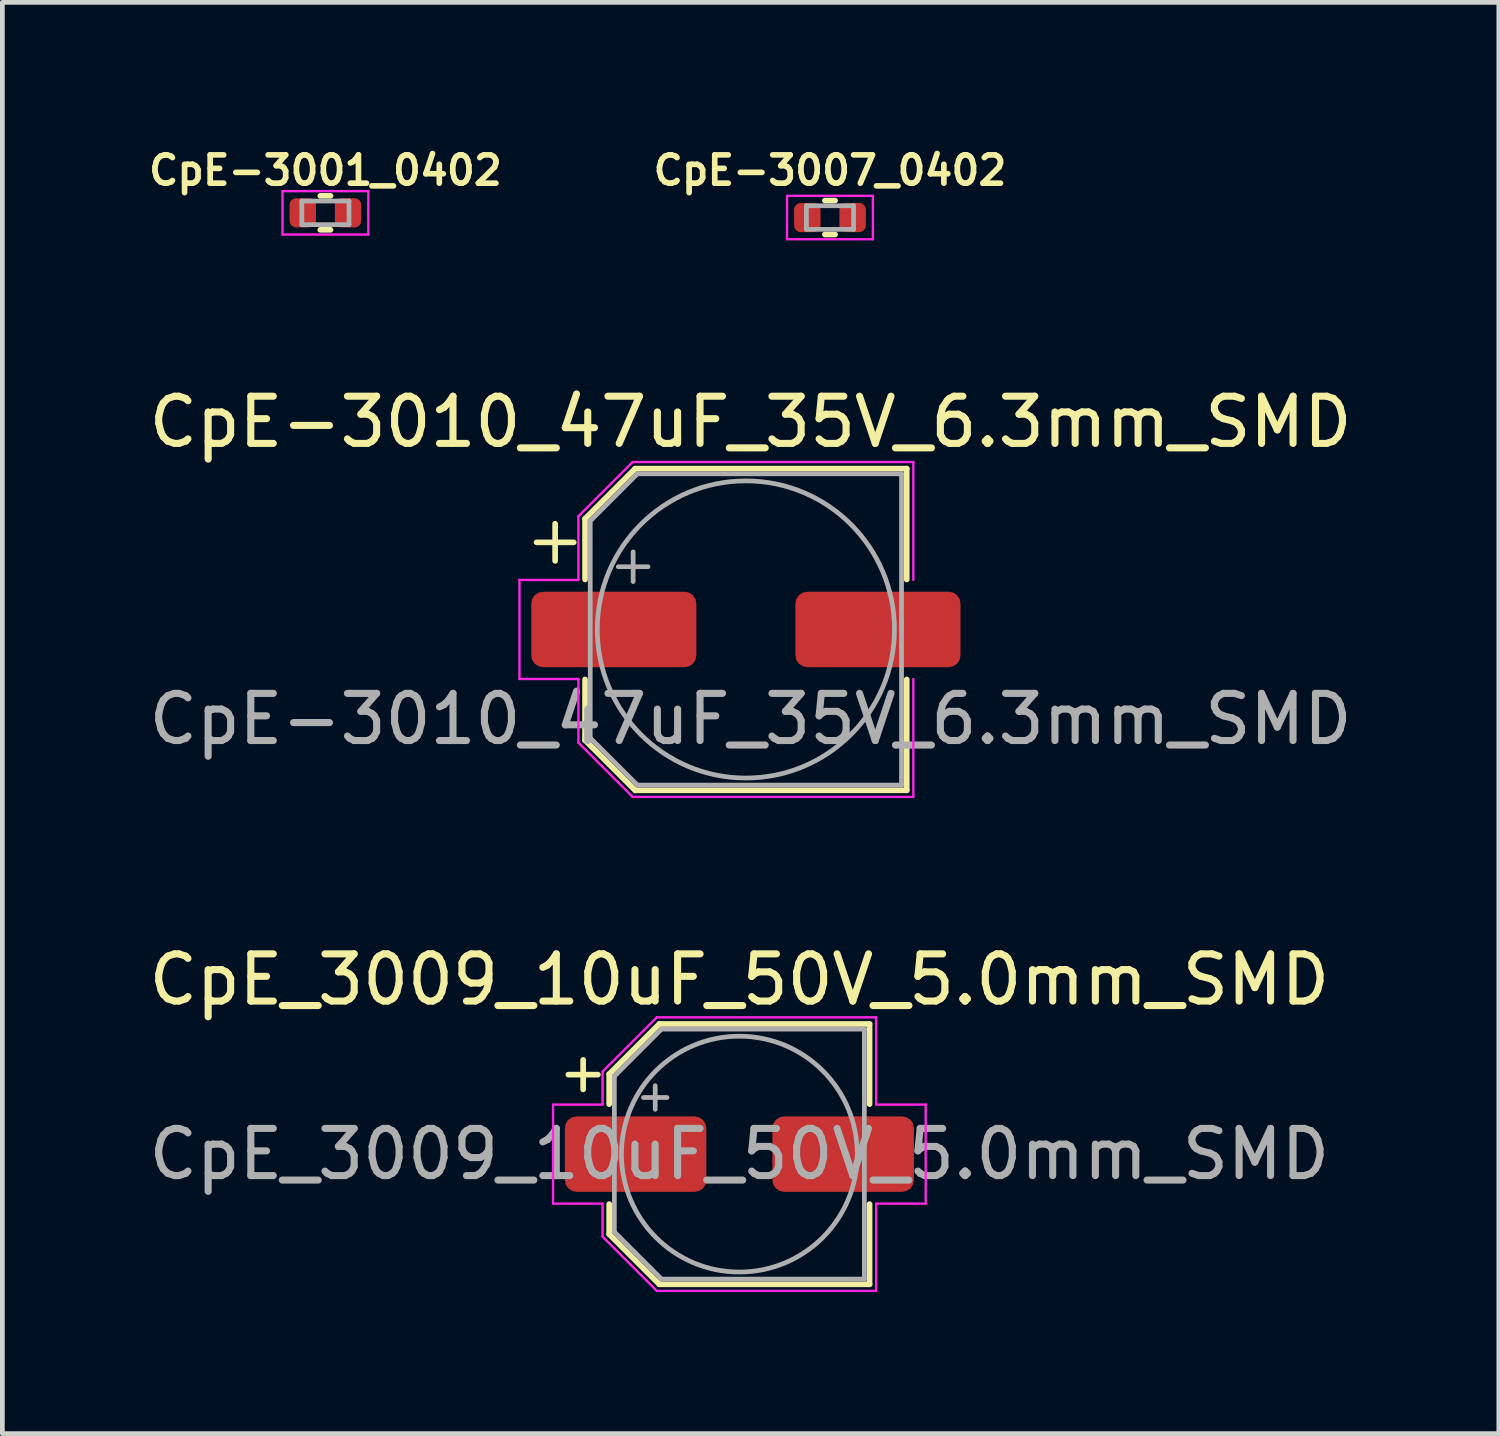
<source format=kicad_pcb>
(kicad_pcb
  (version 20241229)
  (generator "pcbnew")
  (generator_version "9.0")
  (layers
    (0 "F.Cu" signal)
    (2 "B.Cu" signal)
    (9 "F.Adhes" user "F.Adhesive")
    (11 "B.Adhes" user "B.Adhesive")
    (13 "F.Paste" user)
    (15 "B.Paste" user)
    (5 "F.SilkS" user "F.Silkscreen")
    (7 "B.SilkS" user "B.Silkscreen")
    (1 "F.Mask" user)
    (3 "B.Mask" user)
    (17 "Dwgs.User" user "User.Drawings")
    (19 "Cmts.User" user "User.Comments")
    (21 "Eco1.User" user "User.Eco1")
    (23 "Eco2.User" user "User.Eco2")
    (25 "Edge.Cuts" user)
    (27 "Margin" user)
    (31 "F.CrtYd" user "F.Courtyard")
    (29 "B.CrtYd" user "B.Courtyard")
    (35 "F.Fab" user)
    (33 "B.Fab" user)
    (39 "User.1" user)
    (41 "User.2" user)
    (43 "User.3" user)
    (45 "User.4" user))
  (footprint "CpE-3007_0402"
    (layer "F.Cu")
    (at 14.546 1.562)
    (property "Reference" "CpE-3007_0402" (at 0 -1 0) (layer "F.SilkS") (effects (font (size 0.6 0.6) (thickness 0.12))))
    (attr through_hole)
    (fp_line (start -0.108 -0.36) (end 0.108 -0.36) (stroke (width 0.12) (type solid)) (layer "F.SilkS"))
    (fp_line (start -0.108 0.36) (end 0.108 0.36) (stroke (width 0.12) (type solid)) (layer "F.SilkS"))
    (fp_line (start -0.91 -0.46) (end 0.91 -0.46) (stroke (width 0.05) (type solid)) (layer "F.CrtYd"))
    (fp_line (start -0.91 0.46) (end -0.91 -0.46) (stroke (width 0.05) (type solid)) (layer "F.CrtYd"))
    (fp_line (start 0.91 -0.46) (end 0.91 0.46) (stroke (width 0.05) (type solid)) (layer "F.CrtYd"))
    (fp_line (start 0.91 0.46) (end -0.91 0.46) (stroke (width 0.05) (type solid)) (layer "F.CrtYd"))
    (fp_line (start -0.5 -0.25) (end 0.5 -0.25) (stroke (width 0.1) (type solid)) (layer "F.Fab"))
    (fp_line (start -0.5 0.25) (end -0.5 -0.25) (stroke (width 0.1) (type solid)) (layer "F.Fab"))
    (fp_line (start 0.5 -0.25) (end 0.5 0.25) (stroke (width 0.1) (type solid)) (layer "F.Fab"))
    (fp_line (start 0.5 0.25) (end -0.5 0.25) (stroke (width 0.1) (type solid)) (layer "F.Fab"))
    (pad "1" smd roundrect (at -0.48 0) (size 0.56 0.62) (layers "F.Cu" "F.Mask" "F.Paste") (roundrect_rratio 0.25))
    (pad "2" smd roundrect (at 0.48 0) (size 0.56 0.62) (layers "F.Cu" "F.Mask" "F.Paste") (roundrect_rratio 0.25)))
  (footprint "CpE-3001_0402"
    (layer "F.Cu")
    (at 3.849 1.462)
    (property "Reference" "CpE-3001_0402" (at 0 -0.9 0) (layer "F.SilkS") (effects (font (size 0.6 0.6) (thickness 0.12))))
    (attr smd)
    (fp_line (start -0.108 -0.36) (end 0.108 -0.36) (stroke (width 0.12) (type solid)) (layer "F.SilkS"))
    (fp_line (start -0.108 0.36) (end 0.108 0.36) (stroke (width 0.12) (type solid)) (layer "F.SilkS"))
    (fp_line (start -0.91 -0.46) (end 0.91 -0.46) (stroke (width 0.05) (type solid)) (layer "F.CrtYd"))
    (fp_line (start -0.91 0.46) (end -0.91 -0.46) (stroke (width 0.05) (type solid)) (layer "F.CrtYd"))
    (fp_line (start 0.91 -0.46) (end 0.91 0.46) (stroke (width 0.05) (type solid)) (layer "F.CrtYd"))
    (fp_line (start 0.91 0.46) (end -0.91 0.46) (stroke (width 0.05) (type solid)) (layer "F.CrtYd"))
    (fp_line (start -0.5 -0.25) (end 0.5 -0.25) (stroke (width 0.1) (type solid)) (layer "F.Fab"))
    (fp_line (start -0.5 0.25) (end -0.5 -0.25) (stroke (width 0.1) (type solid)) (layer "F.Fab"))
    (fp_line (start 0.5 -0.25) (end 0.5 0.25) (stroke (width 0.1) (type solid)) (layer "F.Fab"))
    (fp_line (start 0.5 0.25) (end -0.5 0.25) (stroke (width 0.1) (type solid)) (layer "F.Fab"))
    (pad "1" smd roundrect (at -0.48 0) (size 0.56 0.62) (layers "F.Cu" "F.Mask" "F.Paste") (roundrect_rratio 0.25))
    (pad "2" smd roundrect (at 0.48 0) (size 0.56 0.62) (layers "F.Cu" "F.Mask" "F.Paste") (roundrect_rratio 0.25)))
  (footprint "CpE_3009_10uF_50V_5.0mm_SMD"
    (layer "F.Cu")
    (at 12.625 21.318)
    (property "Reference" "CpE_3009_10uF_50V_5.0mm_SMD" (at 0 -3.6 0) (layer "F.SilkS") (effects (font (size 1 1) (thickness 0.15))))
    (attr smd)
    (fp_line (start -3.625 -1.585) (end -3 -1.585) (stroke (width 0.12) (type solid)) (layer "F.SilkS"))
    (fp_line (start -3.312 -1.897) (end -3.312 -1.272) (stroke (width 0.12) (type solid)) (layer "F.SilkS"))
    (fp_line (start -2.76 -1.596) (end -2.76 -0.96) (stroke (width 0.12) (type solid)) (layer "F.SilkS"))
    (fp_line (start -2.76 -1.596) (end -1.696 -2.66) (stroke (width 0.12) (type solid)) (layer "F.SilkS"))
    (fp_line (start -2.76 1.796) (end -2.76 1.16) (stroke (width 0.12) (type solid)) (layer "F.SilkS"))
    (fp_line (start -2.76 1.796) (end -1.696 2.86) (stroke (width 0.12) (type solid)) (layer "F.SilkS"))
    (fp_line (start -1.696 -2.66) (end 2.76 -2.66) (stroke (width 0.12) (type solid)) (layer "F.SilkS"))
    (fp_line (start -1.696 2.86) (end 2.76 2.86) (stroke (width 0.12) (type solid)) (layer "F.SilkS"))
    (fp_line (start 2.76 -2.66) (end 2.76 -0.96) (stroke (width 0.12) (type solid)) (layer "F.SilkS"))
    (fp_line (start 2.76 2.86) (end 2.76 1.16) (stroke (width 0.12) (type solid)) (layer "F.SilkS"))
    (fp_line (start -3.95 -0.95) (end -3.95 1.15) (stroke (width 0.05) (type solid)) (layer "F.CrtYd"))
    (fp_line (start -3.95 1.15) (end -2.9 1.15) (stroke (width 0.05) (type solid)) (layer "F.CrtYd"))
    (fp_line (start -2.9 -1.65) (end -2.9 -0.95) (stroke (width 0.05) (type solid)) (layer "F.CrtYd"))
    (fp_line (start -2.9 -1.65) (end -1.75 -2.8) (stroke (width 0.05) (type solid)) (layer "F.CrtYd"))
    (fp_line (start -2.9 -0.95) (end -3.95 -0.95) (stroke (width 0.05) (type solid)) (layer "F.CrtYd"))
    (fp_line (start -2.9 1.15) (end -2.9 1.85) (stroke (width 0.05) (type solid)) (layer "F.CrtYd"))
    (fp_line (start -2.9 1.85) (end -1.75 3) (stroke (width 0.05) (type solid)) (layer "F.CrtYd"))
    (fp_line (start -1.75 -2.8) (end 2.9 -2.8) (stroke (width 0.05) (type solid)) (layer "F.CrtYd"))
    (fp_line (start -1.75 3) (end 2.9 3) (stroke (width 0.05) (type solid)) (layer "F.CrtYd"))
    (fp_line (start 2.9 -2.8) (end 2.9 -0.95) (stroke (width 0.05) (type solid)) (layer "F.CrtYd"))
    (fp_line (start 2.9 -0.95) (end 3.95 -0.95) (stroke (width 0.05) (type solid)) (layer "F.CrtYd"))
    (fp_line (start 2.9 1.15) (end 2.9 3) (stroke (width 0.05) (type solid)) (layer "F.CrtYd"))
    (fp_line (start 3.95 -0.95) (end 3.95 1.15) (stroke (width 0.05) (type solid)) (layer "F.CrtYd"))
    (fp_line (start 3.95 1.15) (end 2.9 1.15) (stroke (width 0.05) (type solid)) (layer "F.CrtYd"))
    (fp_line (start -2.65 -1.55) (end -2.65 1.75) (stroke (width 0.1) (type solid)) (layer "F.Fab"))
    (fp_line (start -2.65 -1.55) (end -1.65 -2.55) (stroke (width 0.1) (type solid)) (layer "F.Fab"))
    (fp_line (start -2.65 1.75) (end -1.65 2.75) (stroke (width 0.1) (type solid)) (layer "F.Fab"))
    (fp_line (start -2.034 -1.1) (end -1.534 -1.1) (stroke (width 0.1) (type solid)) (layer "F.Fab"))
    (fp_line (start -1.784 -1.35) (end -1.784 -0.85) (stroke (width 0.1) (type solid)) (layer "F.Fab"))
    (fp_line (start -1.65 -2.55) (end 2.65 -2.55) (stroke (width 0.1) (type solid)) (layer "F.Fab"))
    (fp_line (start -1.65 2.75) (end 2.65 2.75) (stroke (width 0.1) (type solid)) (layer "F.Fab"))
    (fp_line (start 2.65 -2.55) (end 2.65 2.75) (stroke (width 0.1) (type solid)) (layer "F.Fab"))
    (fp_circle (center 0 0.1) (end 2.5 0.1) (stroke (width 0.1) (type solid)) (fill no) (layer "F.Fab"))
    (fp_text user "${REFERENCE}" (at 0 0.1 0) (layer "F.Fab") (effects (font (size 1 1) (thickness 0.15))))
    (pad "1" smd roundrect (at -2.2 0.1) (size 3 1.6) (layers "F.Cu" "F.Mask" "F.Paste") (roundrect_rratio 0.156))
    (pad "2" smd roundrect (at 2.2 0.1) (size 3 1.6) (layers "F.Cu" "F.Mask" "F.Paste") (roundrect_rratio 0.156)))
  (footprint "CpE-3010_47uF_35V_6.3mm_SMD"
    (layer "F.Cu")
    (at 12.863 10.295)
    (property "Reference" "CpE-3010_47uF_35V_6.3mm_SMD" (at 0 -4.4 0) (layer "F.SilkS") (effects (font (size 1 1) (thickness 0.15))))
    (attr smd)
    (fp_line (start -4.537 -1.847) (end -3.75 -1.847) (stroke (width 0.12) (type solid)) (layer "F.SilkS"))
    (fp_line (start -4.144 -2.241) (end -4.144 -1.454) (stroke (width 0.12) (type solid)) (layer "F.SilkS"))
    (fp_line (start -3.51 -2.346) (end -3.51 -1.06) (stroke (width 0.12) (type solid)) (layer "F.SilkS"))
    (fp_line (start -3.51 -2.346) (end -2.446 -3.41) (stroke (width 0.12) (type solid)) (layer "F.SilkS"))
    (fp_line (start -3.51 2.346) (end -3.51 1.06) (stroke (width 0.12) (type solid)) (layer "F.SilkS"))
    (fp_line (start -3.51 2.346) (end -2.446 3.41) (stroke (width 0.12) (type solid)) (layer "F.SilkS"))
    (fp_line (start -2.446 -3.41) (end 3.31 -3.41) (stroke (width 0.12) (type solid)) (layer "F.SilkS"))
    (fp_line (start -2.446 3.41) (end 3.31 3.41) (stroke (width 0.12) (type solid)) (layer "F.SilkS"))
    (fp_line (start 3.31 -3.41) (end 3.31 -1.06) (stroke (width 0.12) (type solid)) (layer "F.SilkS"))
    (fp_line (start 3.31 3.41) (end 3.31 1.06) (stroke (width 0.12) (type solid)) (layer "F.SilkS"))
    (fp_line (start -4.9 -1.05) (end -4.9 1.05) (stroke (width 0.05) (type solid)) (layer "F.CrtYd"))
    (fp_line (start -4.9 1.05) (end -3.65 1.05) (stroke (width 0.05) (type solid)) (layer "F.CrtYd"))
    (fp_line (start -3.65 -2.4) (end -3.65 -1.05) (stroke (width 0.05) (type solid)) (layer "F.CrtYd"))
    (fp_line (start -3.65 -2.4) (end -2.5 -3.55) (stroke (width 0.05) (type solid)) (layer "F.CrtYd"))
    (fp_line (start -3.65 -1.05) (end -4.9 -1.05) (stroke (width 0.05) (type solid)) (layer "F.CrtYd"))
    (fp_line (start -3.65 1.05) (end -3.65 2.4) (stroke (width 0.05) (type solid)) (layer "F.CrtYd"))
    (fp_line (start -3.65 2.4) (end -2.5 3.55) (stroke (width 0.05) (type solid)) (layer "F.CrtYd"))
    (fp_line (start -2.5 -3.55) (end 3.45 -3.55) (stroke (width 0.05) (type solid)) (layer "F.CrtYd"))
    (fp_line (start -2.5 3.55) (end 3.45 3.55) (stroke (width 0.05) (type solid)) (layer "F.CrtYd"))
    (fp_line (start 3.45 -3.55) (end 3.45 -1.05) (stroke (width 0.05) (type solid)) (layer "F.CrtYd"))
    (fp_line (start 3.45 1.05) (end 3.45 3.55) (stroke (width 0.05) (type solid)) (layer "F.CrtYd"))
    (fp_line (start -3.4 -2.3) (end -3.4 2.3) (stroke (width 0.1) (type solid)) (layer "F.Fab"))
    (fp_line (start -3.4 -2.3) (end -2.4 -3.3) (stroke (width 0.1) (type solid)) (layer "F.Fab"))
    (fp_line (start -3.4 2.3) (end -2.4 3.3) (stroke (width 0.1) (type solid)) (layer "F.Fab"))
    (fp_line (start -2.805 -1.33) (end -2.175 -1.33) (stroke (width 0.1) (type solid)) (layer "F.Fab"))
    (fp_line (start -2.49 -1.645) (end -2.49 -1.015) (stroke (width 0.1) (type solid)) (layer "F.Fab"))
    (fp_line (start -2.4 -3.3) (end 3.2 -3.3) (stroke (width 0.1) (type solid)) (layer "F.Fab"))
    (fp_line (start -2.4 3.3) (end 3.2 3.3) (stroke (width 0.1) (type solid)) (layer "F.Fab"))
    (fp_line (start 3.2 -3.3) (end 3.2 3.3) (stroke (width 0.1) (type solid)) (layer "F.Fab"))
    (fp_circle (center -0.1 0) (end 3.05 0) (stroke (width 0.1) (type solid)) (fill no) (layer "F.Fab"))
    (fp_text user "${REFERENCE}" (at 0 1.9 0) (layer "F.Fab") (effects (font (size 1 1) (thickness 0.15))))
    (pad "1" smd roundrect (at -2.9 0) (size 3.5 1.6) (layers "F.Cu" "F.Mask" "F.Paste") (roundrect_rratio 0.156))
    (pad "2" smd roundrect (at 2.7 0) (size 3.5 1.6) (layers "F.Cu" "F.Mask" "F.Paste") (roundrect_rratio 0.156)))
  (gr_rect
    (start -3 -3)
    (end 28.726 27.343)
    (stroke (width 0.1) (type default))
    (fill no)
    (layer "Edge.Cuts")))
</source>
